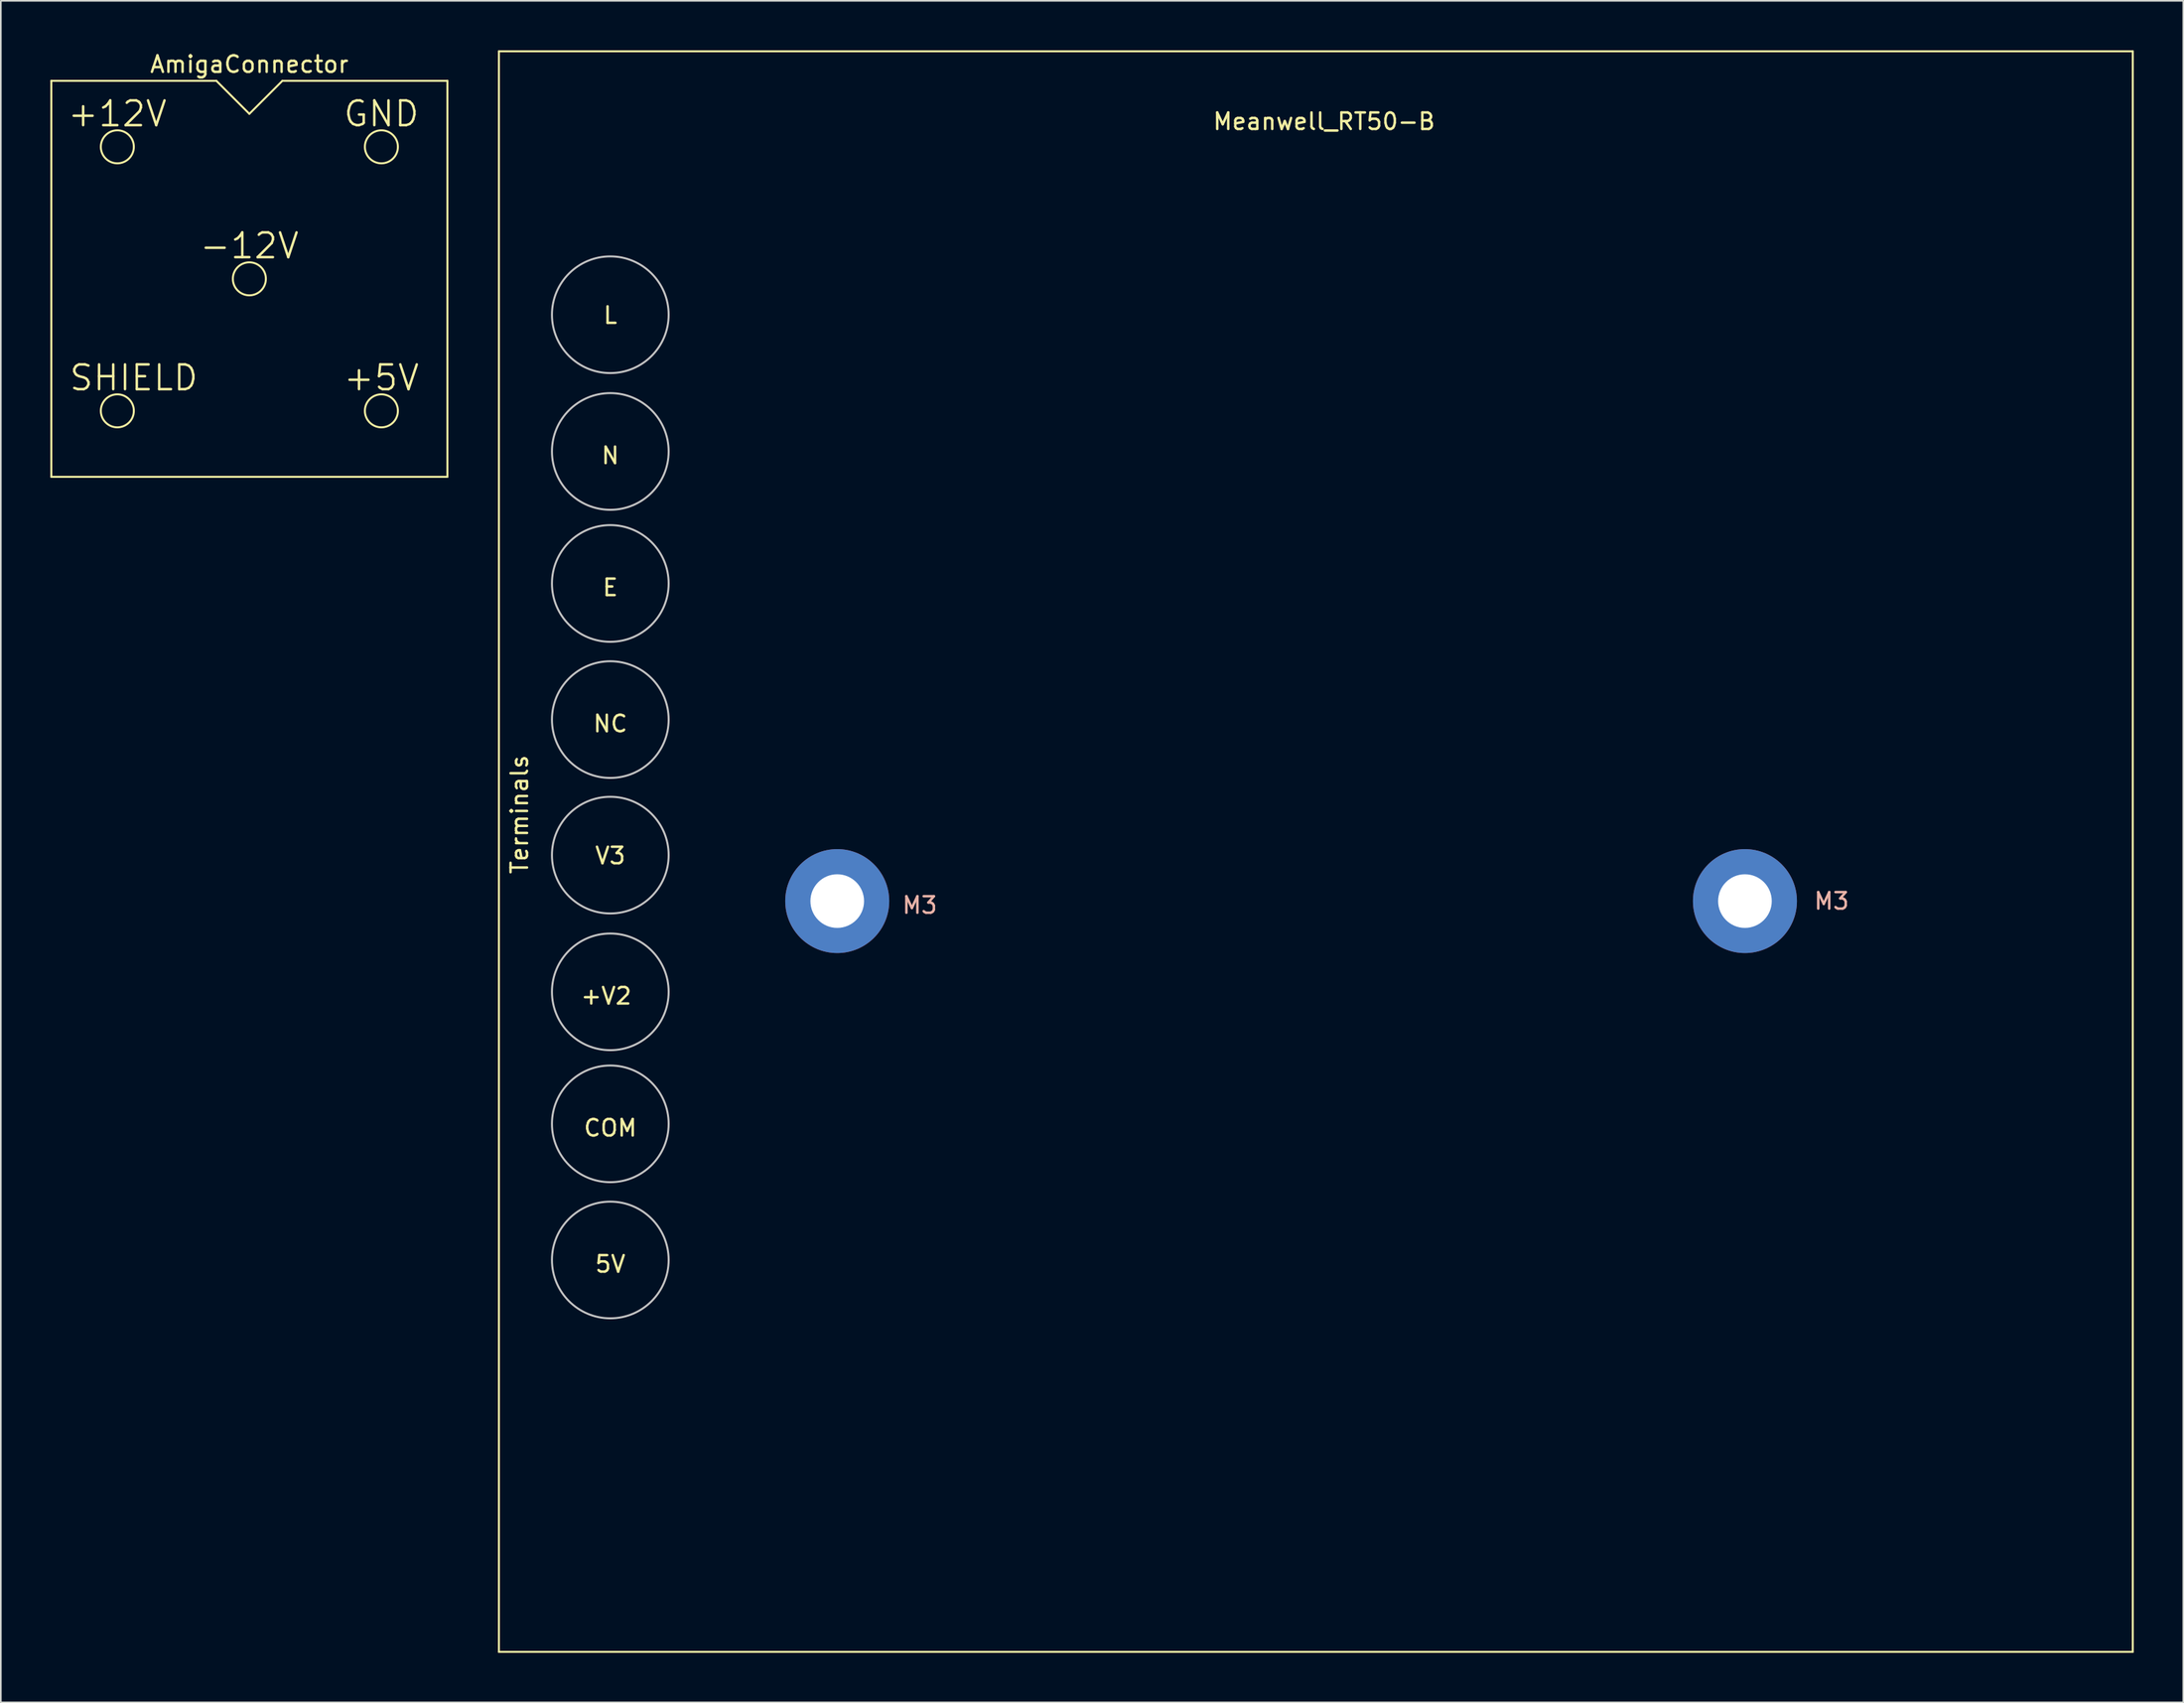
<source format=kicad_pcb>
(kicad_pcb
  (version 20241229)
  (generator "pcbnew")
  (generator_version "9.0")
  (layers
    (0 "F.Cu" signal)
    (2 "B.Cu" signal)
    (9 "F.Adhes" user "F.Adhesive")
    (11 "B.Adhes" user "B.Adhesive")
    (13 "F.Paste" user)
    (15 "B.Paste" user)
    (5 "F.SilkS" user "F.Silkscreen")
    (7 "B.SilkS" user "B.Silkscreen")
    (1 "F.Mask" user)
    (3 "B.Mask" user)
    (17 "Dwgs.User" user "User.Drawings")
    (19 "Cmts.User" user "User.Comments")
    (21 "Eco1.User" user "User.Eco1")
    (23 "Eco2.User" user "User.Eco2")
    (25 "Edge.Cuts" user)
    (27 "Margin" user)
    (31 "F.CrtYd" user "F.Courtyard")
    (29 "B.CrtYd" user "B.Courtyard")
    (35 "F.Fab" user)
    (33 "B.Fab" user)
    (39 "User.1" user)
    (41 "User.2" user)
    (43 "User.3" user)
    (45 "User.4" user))
  (footprint "AmigaConnector"
    (layer "F.Cu")
    (at 12.06 13.848)
    (property "Reference" "AmigaConnector" (at 0 -13 0) (layer "F.SilkS") (effects (font (size 1 1) (thickness 0.15))))
    (attr through_hole)
    (fp_line (start -12 -12) (end -12 12) (stroke (width 0.12) (type solid)) (layer "F.SilkS"))
    (fp_line (start -12 12) (end 12 12) (stroke (width 0.12) (type solid)) (layer "F.SilkS"))
    (fp_line (start -2 -12) (end -12 -12) (stroke (width 0.12) (type solid)) (layer "F.SilkS"))
    (fp_line (start 0 -10) (end -2 -12) (stroke (width 0.12) (type solid)) (layer "F.SilkS"))
    (fp_line (start 2 -12) (end 0 -10) (stroke (width 0.12) (type solid)) (layer "F.SilkS"))
    (fp_line (start 2 -12) (end 12 -12) (stroke (width 0.12) (type solid)) (layer "F.SilkS"))
    (fp_line (start 12 12) (end 12 -12) (stroke (width 0.12) (type solid)) (layer "F.SilkS"))
    (fp_circle (center -8 -8) (end -7 -8) (stroke (width 0.12) (type solid)) (fill no) (layer "F.SilkS"))
    (fp_circle (center -8 8) (end -7 8) (stroke (width 0.12) (type solid)) (fill no) (layer "F.SilkS"))
    (fp_circle (center 0 0) (end 1 0) (stroke (width 0.12) (type solid)) (fill no) (layer "F.SilkS"))
    (fp_circle (center 8 -8) (end 9 -8) (stroke (width 0.12) (type solid)) (fill no) (layer "F.SilkS"))
    (fp_circle (center 8 8) (end 8 9) (stroke (width 0.12) (type solid)) (fill no) (layer "F.SilkS"))
    (fp_text user "GND" (at 8 -10 0) (layer "F.SilkS") (effects (font (size 1.5 1.5) (thickness 0.15))))
    (fp_text user "+12V" (at -8 -10 0) (layer "F.SilkS") (effects (font (size 1.5 1.5) (thickness 0.15))))
    (fp_text user "SHIELD" (at -7 6 0) (layer "F.SilkS") (effects (font (size 1.5 1.5) (thickness 0.15))))
    (fp_text user "+5V" (at 8 6 0) (layer "F.SilkS") (effects (font (size 1.5 1.5) (thickness 0.15))))
    (fp_text user "-12V" (at 0 -2 0) (layer "F.SilkS") (effects (font (size 1.5 1.5) (thickness 0.15)))))
  (footprint "Meanwell_RT50-B"
    (layer "F.Cu")
    (at 76.18 42.06)
    (property "Reference" "Meanwell_RT50-B" (at 1 -37.75 0) (layer "F.SilkS") (effects (font (size 1 1) (thickness 0.15))))
    (attr through_hole)
    (fp_line (start -49 -42) (end 50 -42) (stroke (width 0.12) (type solid)) (layer "F.SilkS"))
    (fp_line (start -49 55) (end -49 -42) (stroke (width 0.12) (type solid)) (layer "F.SilkS"))
    (fp_line (start 50 -42) (end 50 55) (stroke (width 0.12) (type solid)) (layer "F.SilkS"))
    (fp_line (start 50 55) (end -49 55) (stroke (width 0.12) (type solid)) (layer "F.SilkS"))
    (fp_circle (center -42.25 -26.036) (end -38.75 -26.536) (stroke (width 0.12) (type solid)) (fill no) (layer "Dwgs.User"))
    (fp_circle (center -42.25 -17.75) (end -38.75 -18.25) (stroke (width 0.12) (type solid)) (fill no) (layer "Dwgs.User"))
    (fp_circle (center -42.25 -9.75) (end -38.75 -10.25) (stroke (width 0.12) (type solid)) (fill no) (layer "Dwgs.User"))
    (fp_circle (center -42.25 -1.5) (end -38.75 -2) (stroke (width 0.12) (type solid)) (fill no) (layer "Dwgs.User"))
    (fp_circle (center -42.25 6.714) (end -38.75 6.214) (stroke (width 0.12) (type solid)) (fill no) (layer "Dwgs.User"))
    (fp_circle (center -42.25 15) (end -38.75 14.5) (stroke (width 0.12) (type solid)) (fill no) (layer "Dwgs.User"))
    (fp_circle (center -42.25 23) (end -38.75 22.5) (stroke (width 0.12) (type solid)) (fill no) (layer "Dwgs.User"))
    (fp_circle (center -42.25 31.25) (end -38.75 30.75) (stroke (width 0.12) (type solid)) (fill no) (layer "Dwgs.User"))
    (fp_text user "E" (at -42.25 -9.5 0) (layer "F.SilkS") (effects (font (size 1 1) (thickness 0.15))))
    (fp_text user "COM" (at -42.25 23.25 0) (layer "F.SilkS") (effects (font (size 1 1) (thickness 0.15))))
    (fp_text user "Terminals" (at -47.75 4.25 90) (layer "F.SilkS") (effects (font (size 1 1) (thickness 0.15))))
    (fp_text user "NC" (at -42.25 -1.25 0) (layer "F.SilkS") (effects (font (size 1 1) (thickness 0.15))))
    (fp_text user "N" (at -42.25 -17.5 0) (layer "F.SilkS") (effects (font (size 1 1) (thickness 0.15))))
    (fp_text user "+V2" (at -42.5 15.25 0) (layer "F.SilkS") (effects (font (size 1 1) (thickness 0.15))))
    (fp_text user "5V" (at -42.25 31.5 0) (layer "F.SilkS") (effects (font (size 1 1) (thickness 0.15))))
    (fp_text user "V3" (at -42.25 6.75 0) (layer "F.SilkS") (effects (font (size 1 1) (thickness 0.15))))
    (fp_text user "L" (at -42.25 -26 0) (layer "F.SilkS") (effects (font (size 1 1) (thickness 0.15))))
    (fp_text user "M3" (at -23.5 9.75 0) (layer "B.SilkS") (effects (font (size 1 1) (thickness 0.15))))
    (fp_text user "M3" (at 31.75 9.5 0) (layer "B.SilkS") (effects (font (size 1 1) (thickness 0.15))))
    (pad "" np_thru_hole circle (at -28.5 9.5) (size 6.3 6.3) (drill 3.25) (layers "*.Cu" "*.Mask"))
    (pad "" np_thru_hole circle (at 26.5 9.5) (size 6.3 6.3) (drill 3.25) (layers "*.Cu" "*.Mask")))
  (gr_rect
    (start -3 -3)
    (end 129.24 100.12)
    (stroke (width 0.1) (type default))
    (fill no)
    (layer "Edge.Cuts")))
</source>
